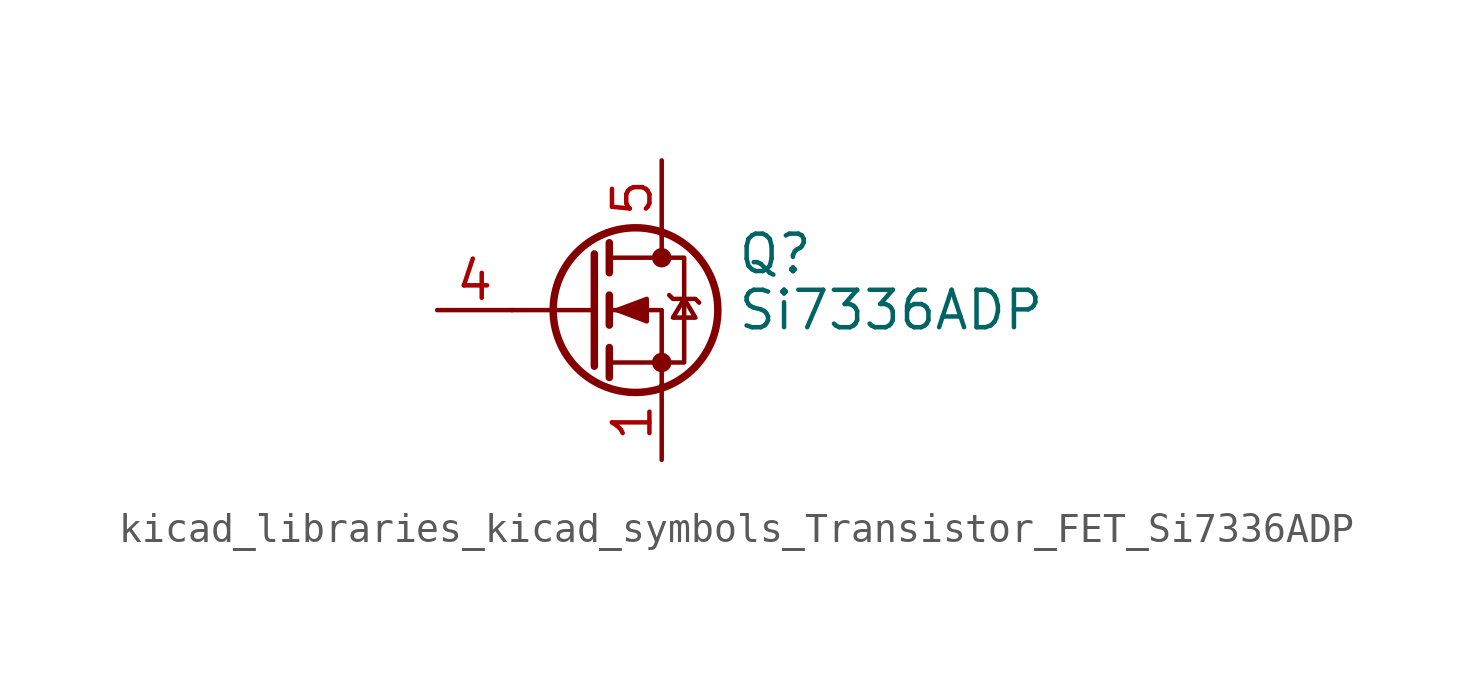
<source format=kicad_sym>
(kicad_symbol_lib
  (version 20220914)
  (generator kicad_symbol_editor)
  (symbol "kicad_libraries_kicad_symbols_Transistor_FET_Si7336ADP"
    (pin_names hide)
    (property "Reference" "Q"
      (at 5.08 1.905 0)
      (effects (font (size 1.27 1.27)) (justify left)))
    (property "Value" "Si7336ADP"
      (at 5.08 0 0)
      (effects (font (size 1.27 1.27)) (justify left)))
    (symbol "kicad_libraries_kicad_symbols_Transistor_FET_Si7336ADP_0_1"
      (polyline (pts (xy 0.254 0) (xy -2.54 0)) (stroke (width 0) (type default)) (fill (type none)))
      (polyline (pts (xy 0.254 1.905) (xy 0.254 -1.905)) (stroke (width 0.254) (type default)) (fill (type none)))
      (polyline (pts (xy 0.762 -1.27) (xy 0.762 -2.286)) (stroke (width 0.254) (type default)) (fill (type none)))
      (polyline (pts (xy 0.762 0.508) (xy 0.762 -0.508)) (stroke (width 0.254) (type default)) (fill (type none)))
      (polyline (pts (xy 0.762 2.286) (xy 0.762 1.27)) (stroke (width 0.254) (type default)) (fill (type none)))
      (polyline (pts (xy 2.54 2.54) (xy 2.54 1.778)) (stroke (width 0) (type default)) (fill (type none)))
      (polyline (pts (xy 2.54 -2.54) (xy 2.54 0) (xy 0.762 0)) (stroke (width 0) (type default)) (fill (type none)))
      (polyline (pts (xy 0.762 -1.778) (xy 3.302 -1.778) (xy 3.302 1.778) (xy 0.762 1.778)) (stroke (width 0) (type default)) (fill (type none)))
      (polyline (pts (xy 1.016 0) (xy 2.032 0.381) (xy 2.032 -0.381) (xy 1.016 0)) (stroke (width 0) (type default)) (fill (type outline)))
      (polyline (pts (xy 2.794 0.508) (xy 2.921 0.381) (xy 3.683 0.381) (xy 3.81 0.254)) (stroke (width 0) (type default)) (fill (type none)))
      (polyline (pts (xy 3.302 0.381) (xy 2.921 -0.254) (xy 3.683 -0.254) (xy 3.302 0.381)) (stroke (width 0) (type default)) (fill (type none)))
      (circle (center 1.651 0) (radius 2.794) (stroke (width 0.254) (type default)) (fill (type none)))
      (circle (center 2.54 -1.778) (radius 0.254) (stroke (width 0) (type default)) (fill (type outline)))
      (circle (center 2.54 1.778) (radius 0.254) (stroke (width 0) (type default)) (fill (type outline))))
    (symbol "kicad_libraries_kicad_symbols_Transistor_FET_Si7336ADP_1_1"
      (pin passive line (at 2.54 -5.08 90) (length 2.54) (name "S" (effects (font (size 1.27 1.27)))) (number "1" (effects (font (size 1.27 1.27)))))
      (pin passive line (at 2.54 -5.08 90) (length 2.54) hide (name "S" (effects (font (size 1.27 1.27)))) (number "2" (effects (font (size 1.27 1.27)))))
      (pin passive line (at 2.54 -5.08 90) (length 2.54) hide (name "S" (effects (font (size 1.27 1.27)))) (number "3" (effects (font (size 1.27 1.27)))))
      (pin input line (at -5.08 0 0) (length 2.54) (name "G" (effects (font (size 1.27 1.27)))) (number "4" (effects (font (size 1.27 1.27)))))
      (pin passive line (at 2.54 5.08 270) (length 2.54) (name "D" (effects (font (size 1.27 1.27)))) (number "5" (effects (font (size 1.27 1.27))))))))
</source>
